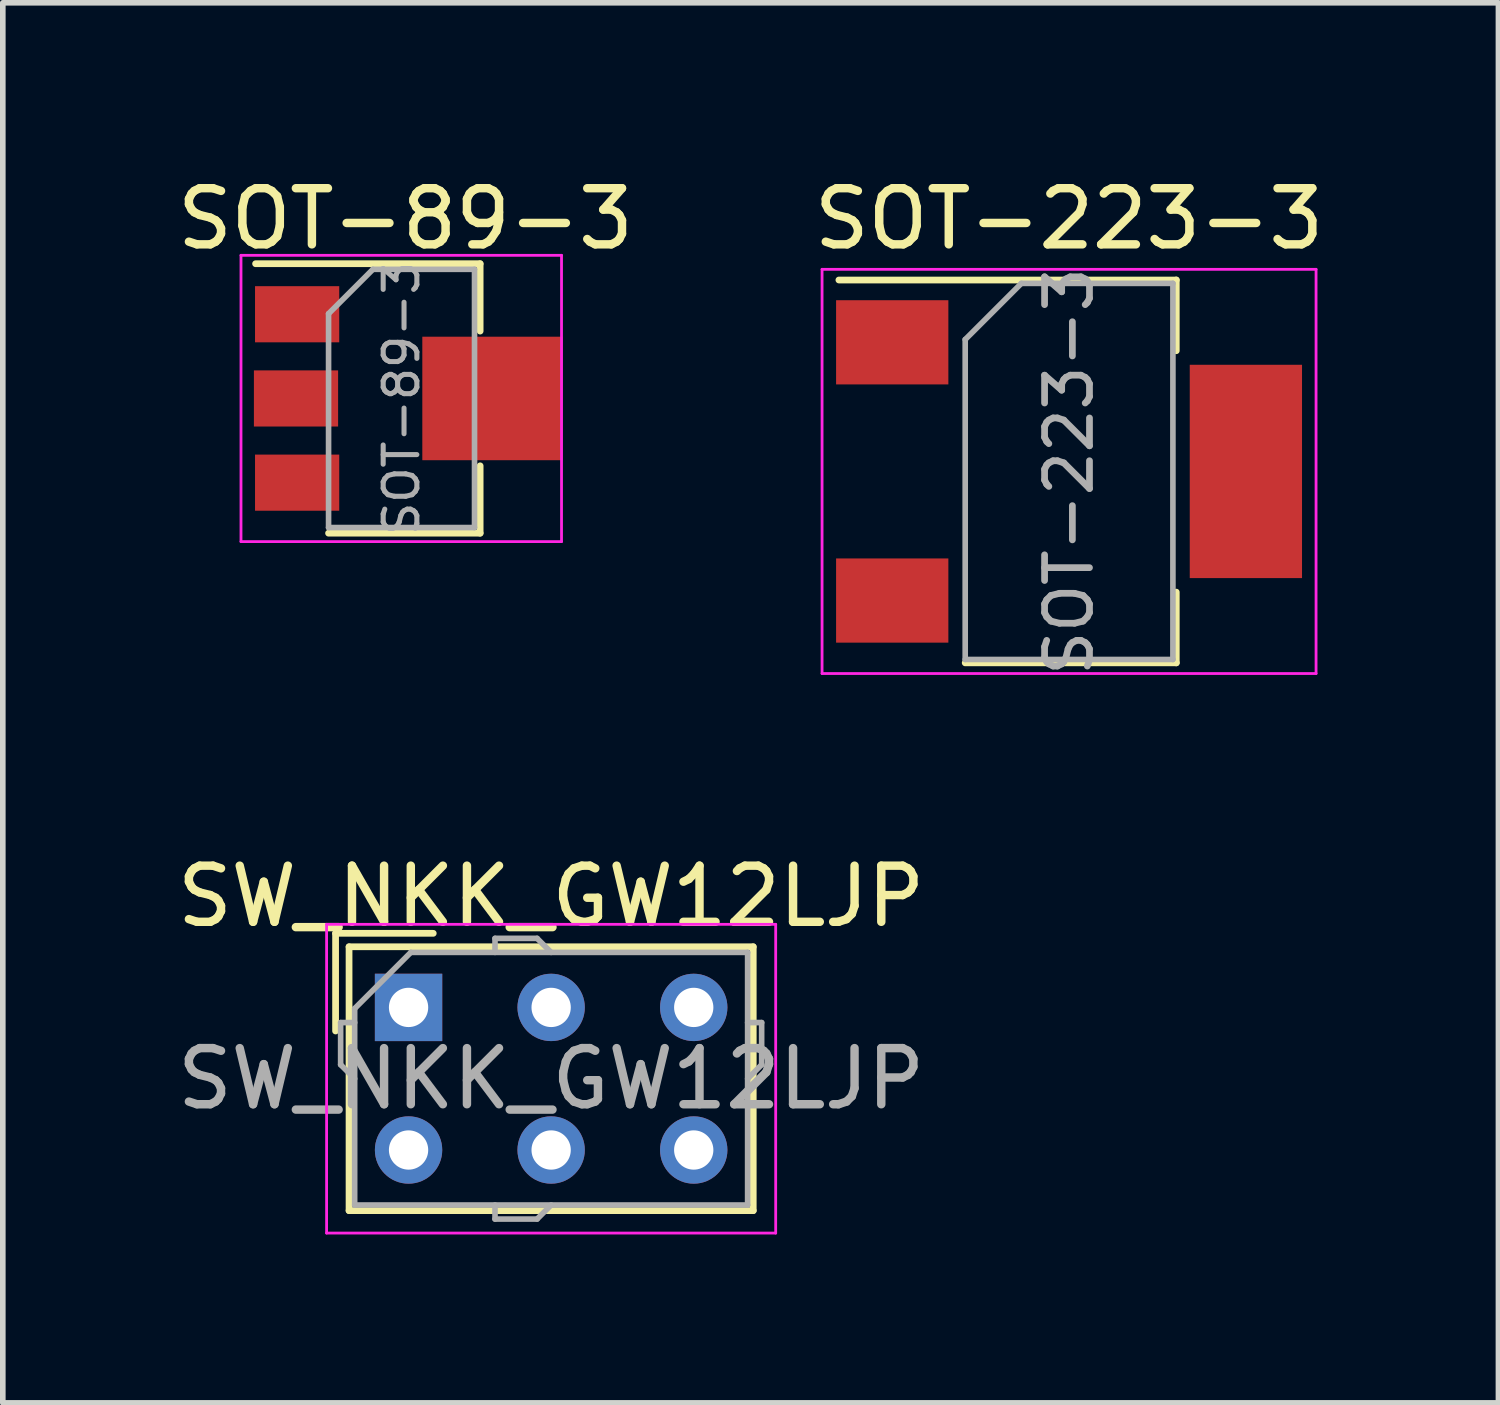
<source format=kicad_pcb>
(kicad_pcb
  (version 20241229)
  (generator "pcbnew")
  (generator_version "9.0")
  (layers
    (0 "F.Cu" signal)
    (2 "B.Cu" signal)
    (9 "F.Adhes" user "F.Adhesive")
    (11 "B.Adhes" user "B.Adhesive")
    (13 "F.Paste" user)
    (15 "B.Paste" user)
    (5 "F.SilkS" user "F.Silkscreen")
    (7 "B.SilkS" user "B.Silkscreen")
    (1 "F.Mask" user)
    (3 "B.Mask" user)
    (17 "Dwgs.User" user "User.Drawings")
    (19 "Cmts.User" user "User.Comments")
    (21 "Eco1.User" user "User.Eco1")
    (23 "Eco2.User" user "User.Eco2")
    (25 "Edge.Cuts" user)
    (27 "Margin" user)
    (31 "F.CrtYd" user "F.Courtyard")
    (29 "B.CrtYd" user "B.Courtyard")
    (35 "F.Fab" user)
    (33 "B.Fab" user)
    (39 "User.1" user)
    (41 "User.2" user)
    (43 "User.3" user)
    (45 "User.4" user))
  (footprint "SW_NKK_GW12LJP"
    (layer "F.Cu")
    (at 4.228 14.896)
    (property "Reference" "SW_NKK_GW12LJP" (at 2.54 -1.98 0) (layer "F.SilkS") (effects (font (size 1 1) (thickness 0.15))))
    (attr through_hole)
    (fp_line (start -1.3 -1.32) (end 0.44 -1.32) (stroke (width 0.12) (type solid)) (layer "F.SilkS"))
    (fp_line (start -1.3 0.42) (end -1.3 -1.32) (stroke (width 0.12) (type solid)) (layer "F.SilkS"))
    (fp_line (start -1.06 -1.08) (end -1.06 3.62) (stroke (width 0.12) (type solid)) (layer "F.SilkS"))
    (fp_line (start -1.06 3.62) (end 6.14 3.62) (stroke (width 0.12) (type solid)) (layer "F.SilkS"))
    (fp_line (start 6.14 -1.08) (end -1.06 -1.08) (stroke (width 0.12) (type solid)) (layer "F.SilkS"))
    (fp_line (start 6.14 3.62) (end 6.14 -1.08) (stroke (width 0.12) (type solid)) (layer "F.SilkS"))
    (fp_line (start -1.46 -1.48) (end -1.46 4.02) (stroke (width 0.05) (type solid)) (layer "F.CrtYd"))
    (fp_line (start -1.46 4.02) (end 6.54 4.02) (stroke (width 0.05) (type solid)) (layer "F.CrtYd"))
    (fp_line (start 6.54 -1.48) (end -1.46 -1.48) (stroke (width 0.05) (type solid)) (layer "F.CrtYd"))
    (fp_line (start 6.54 4.02) (end 6.54 -1.48) (stroke (width 0.05) (type solid)) (layer "F.CrtYd"))
    (fp_line (start -1.21 0.27) (end -0.96 0.27) (stroke (width 0.1) (type solid)) (layer "F.Fab"))
    (fp_line (start -1.21 1.02) (end -1.21 0.27) (stroke (width 0.1) (type solid)) (layer "F.Fab"))
    (fp_line (start -0.96 0.02) (end 0.04 -0.98) (stroke (width 0.1) (type solid)) (layer "F.Fab"))
    (fp_line (start -0.96 1.27) (end -1.21 1.02) (stroke (width 0.1) (type solid)) (layer "F.Fab"))
    (fp_line (start -0.96 3.52) (end -0.96 0.02) (stroke (width 0.1) (type solid)) (layer "F.Fab"))
    (fp_line (start 0.04 -0.98) (end 6.04 -0.98) (stroke (width 0.1) (type solid)) (layer "F.Fab"))
    (fp_line (start 1.54 -1.23) (end 1.54 -0.98) (stroke (width 0.1) (type solid)) (layer "F.Fab"))
    (fp_line (start 1.54 3.77) (end 1.54 3.52) (stroke (width 0.1) (type solid)) (layer "F.Fab"))
    (fp_line (start 2.29 -1.23) (end 1.54 -1.23) (stroke (width 0.1) (type solid)) (layer "F.Fab"))
    (fp_line (start 2.29 3.77) (end 1.54 3.77) (stroke (width 0.1) (type solid)) (layer "F.Fab"))
    (fp_line (start 2.54 -0.98) (end 2.29 -1.23) (stroke (width 0.1) (type solid)) (layer "F.Fab"))
    (fp_line (start 2.54 3.52) (end 2.29 3.77) (stroke (width 0.1) (type solid)) (layer "F.Fab"))
    (fp_line (start 6.04 -0.98) (end 6.04 3.52) (stroke (width 0.1) (type solid)) (layer "F.Fab"))
    (fp_line (start 6.04 1.27) (end 6.29 1.02) (stroke (width 0.1) (type solid)) (layer "F.Fab"))
    (fp_line (start 6.04 3.52) (end -0.96 3.52) (stroke (width 0.1) (type solid)) (layer "F.Fab"))
    (fp_line (start 6.29 0.27) (end 6.04 0.27) (stroke (width 0.1) (type solid)) (layer "F.Fab"))
    (fp_line (start 6.29 1.02) (end 6.29 0.27) (stroke (width 0.1) (type solid)) (layer "F.Fab"))
    (fp_text user "${REFERENCE}" (at 2.54 1.27 0) (layer "F.Fab") (effects (font (size 1 1) (thickness 0.15))))
    (pad "1" thru_hole rect (at 0 0) (size 1.2 1.2) (drill 0.7) (layers "*.Cu" "*.Mask"))
    (pad "2" thru_hole circle (at 2.54 0) (size 1.2 1.2) (drill 0.7) (layers "*.Cu" "*.Mask"))
    (pad "3" thru_hole circle (at 5.08 0) (size 1.2 1.2) (drill 0.7) (layers "*.Cu" "*.Mask"))
    (pad "4" thru_hole circle (at 0 2.54) (size 1.2 1.2) (drill 0.7) (layers "*.Cu" "*.Mask"))
    (pad "5" thru_hole circle (at 2.54 2.54) (size 1.2 1.2) (drill 0.7) (layers "*.Cu" "*.Mask"))
    (pad "6" thru_hole circle (at 5.08 2.54) (size 1.2 1.2) (drill 0.7) (layers "*.Cu" "*.Mask")))
  (footprint "SOT-89-3"
    (layer "F.Cu")
    (at 3.723 4.048)
    (property "Reference" "SOT-89-3" (at 0.45 -3.2 0) (layer "F.SilkS") (effects (font (size 1 1) (thickness 0.15))))
    (attr smd)
    (fp_line (start -2.22 -2.4) (end 1.78 -2.4) (stroke (width 0.12) (type solid)) (layer "F.SilkS"))
    (fp_line (start 1.78 -2.4) (end 1.78 -1.2) (stroke (width 0.12) (type solid)) (layer "F.SilkS"))
    (fp_line (start 1.78 1.2) (end 1.78 2.4) (stroke (width 0.12) (type solid)) (layer "F.SilkS"))
    (fp_line (start 1.78 2.4) (end -0.92 2.4) (stroke (width 0.12) (type solid)) (layer "F.SilkS"))
    (fp_line (start -2.48 2.55) (end -2.48 -2.55) (stroke (width 0.05) (type solid)) (layer "F.CrtYd"))
    (fp_line (start -2.48 2.55) (end 3.23 2.55) (stroke (width 0.05) (type solid)) (layer "F.CrtYd"))
    (fp_line (start 3.23 -2.55) (end -2.48 -2.55) (stroke (width 0.05) (type solid)) (layer "F.CrtYd"))
    (fp_line (start 3.23 -2.55) (end 3.23 2.55) (stroke (width 0.05) (type solid)) (layer "F.CrtYd"))
    (fp_line (start -0.92 -1.51) (end -0.13 -2.3) (stroke (width 0.1) (type solid)) (layer "F.Fab"))
    (fp_line (start -0.92 2.3) (end -0.92 -1.51) (stroke (width 0.1) (type solid)) (layer "F.Fab"))
    (fp_line (start -0.13 -2.3) (end 1.68 -2.3) (stroke (width 0.1) (type solid)) (layer "F.Fab"))
    (fp_line (start 1.68 -2.3) (end 1.68 2.3) (stroke (width 0.1) (type solid)) (layer "F.Fab"))
    (fp_line (start 1.68 2.3) (end -0.92 2.3) (stroke (width 0.1) (type solid)) (layer "F.Fab"))
    (fp_text user "${REFERENCE}" (at 0.38 0 90) (layer "F.Fab") (effects (font (size 0.6 0.6) (thickness 0.09))))
    (pad "1" smd rect (at -1.48 -1.5 270) (size 1 1.5) (layers "F.Cu" "F.Mask" "F.Paste"))
    (pad "2" smd rect (at -1.5 0 270) (size 1 1.5) (layers "F.Cu" "F.Mask" "F.Paste"))
    (pad "2" smd rect (at 2 0 270) (size 2.2 2.5) (layers "F.Cu" "F.Mask" "F.Paste"))
    (pad "3" smd rect (at -1.48 1.5 270) (size 1 1.5) (layers "F.Cu" "F.Mask" "F.Paste")))
  (footprint "SOT-223-3"
    (layer "F.Cu")
    (at 15.994 5.348)
    (property "Reference" "SOT-223-3" (at 0 -4.5 0) (layer "F.SilkS") (effects (font (size 1 1) (thickness 0.15))))
    (attr smd)
    (fp_line (start -4.1 -3.41) (end 1.91 -3.41) (stroke (width 0.12) (type solid)) (layer "F.SilkS"))
    (fp_line (start -1.85 3.41) (end 1.91 3.41) (stroke (width 0.12) (type solid)) (layer "F.SilkS"))
    (fp_line (start 1.91 -3.41) (end 1.91 -2.15) (stroke (width 0.12) (type solid)) (layer "F.SilkS"))
    (fp_line (start 1.91 3.41) (end 1.91 2.15) (stroke (width 0.12) (type solid)) (layer "F.SilkS"))
    (fp_line (start -4.4 -3.6) (end -4.4 3.6) (stroke (width 0.05) (type solid)) (layer "F.CrtYd"))
    (fp_line (start -4.4 3.6) (end 4.4 3.6) (stroke (width 0.05) (type solid)) (layer "F.CrtYd"))
    (fp_line (start 4.4 -3.6) (end -4.4 -3.6) (stroke (width 0.05) (type solid)) (layer "F.CrtYd"))
    (fp_line (start 4.4 3.6) (end 4.4 -3.6) (stroke (width 0.05) (type solid)) (layer "F.CrtYd"))
    (fp_line (start -1.85 -2.35) (end -1.85 3.35) (stroke (width 0.1) (type solid)) (layer "F.Fab"))
    (fp_line (start -1.85 -2.35) (end -0.85 -3.35) (stroke (width 0.1) (type solid)) (layer "F.Fab"))
    (fp_line (start -1.85 3.35) (end 1.85 3.35) (stroke (width 0.1) (type solid)) (layer "F.Fab"))
    (fp_line (start -0.85 -3.35) (end 1.85 -3.35) (stroke (width 0.1) (type solid)) (layer "F.Fab"))
    (fp_line (start 1.85 -3.35) (end 1.85 3.35) (stroke (width 0.1) (type solid)) (layer "F.Fab"))
    (fp_text user "${REFERENCE}" (at 0 0 90) (layer "F.Fab") (effects (font (size 0.8 0.8) (thickness 0.12))))
    (pad "1" smd rect (at -3.15 -2.3) (size 2 1.5) (layers "F.Cu" "F.Mask" "F.Paste"))
    (pad "2" smd rect (at 3.15 0) (size 2 3.8) (layers "F.Cu" "F.Mask" "F.Paste"))
    (pad "3" smd rect (at -3.15 2.3) (size 2 1.5) (layers "F.Cu" "F.Mask" "F.Paste")))
  (gr_rect
    (start -3 -3)
    (end 23.643 21.941)
    (stroke (width 0.1) (type default))
    (fill no)
    (layer "Edge.Cuts")))
</source>
